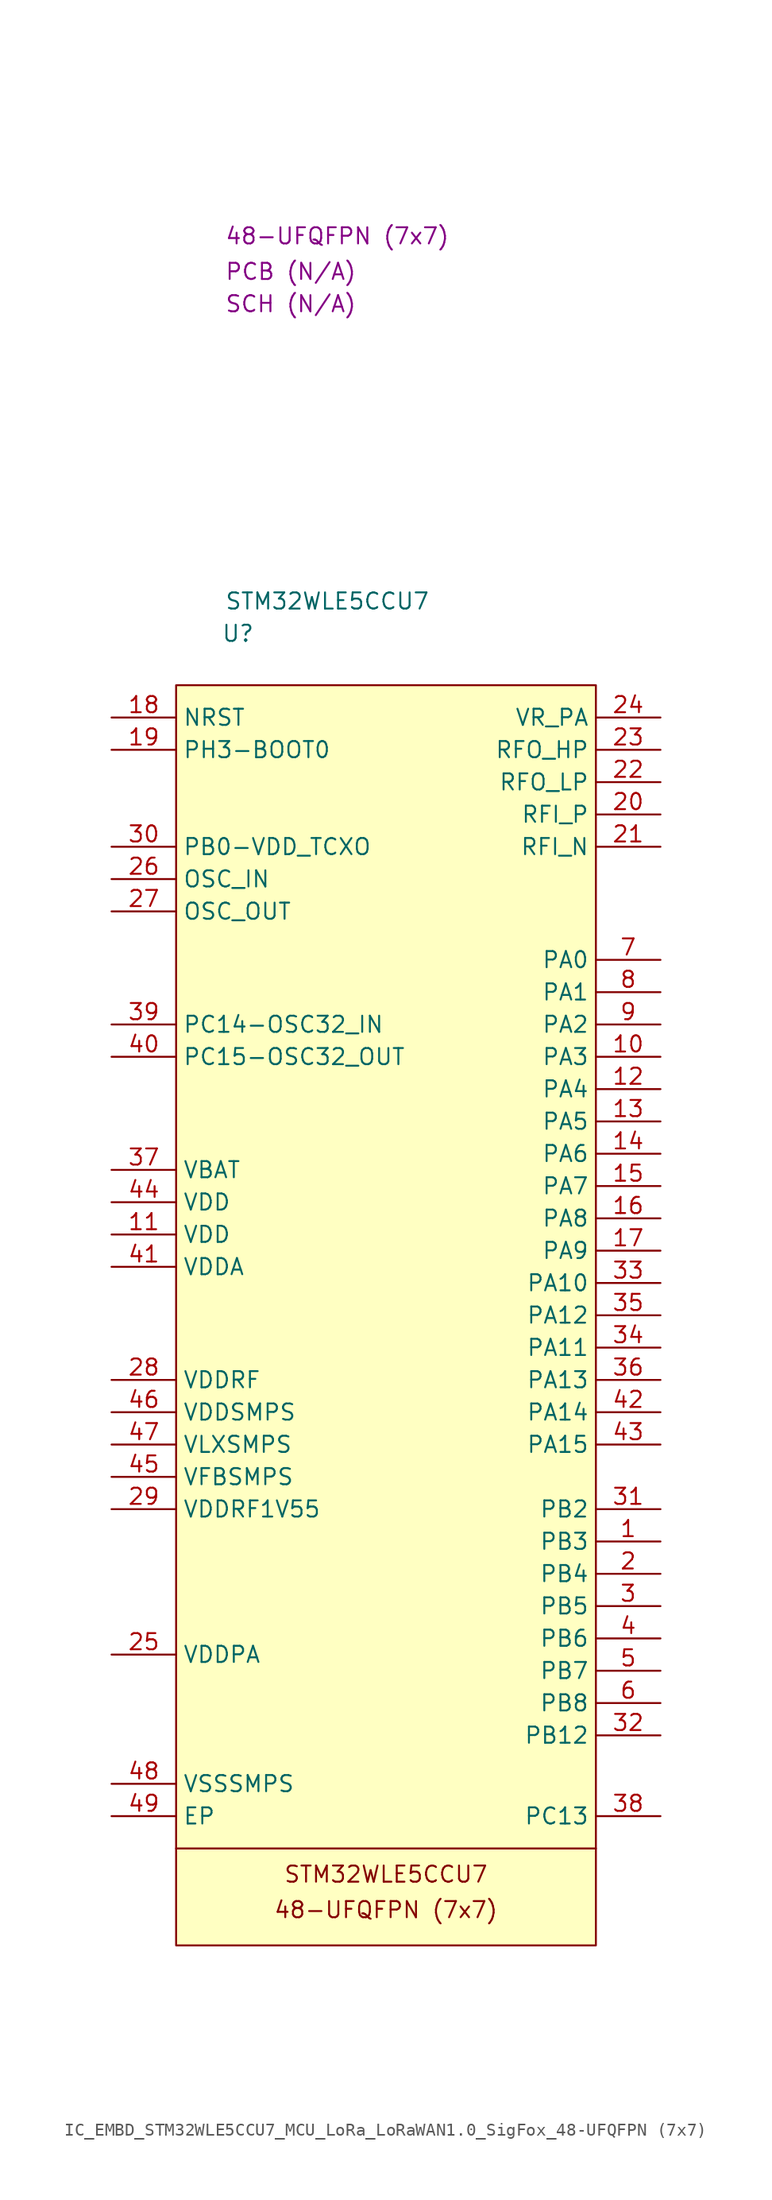
<source format=kicad_sym>
(kicad_symbol_lib
  (version 20231120)
  (generator "kicad_symbol_editor")
  (generator_version "8.0")
  (symbol "IC_EMBD_STM32WLE5CCU7_MCU_LoRa_LoRaWAN1.0_SigFox_48-UFQFPN (7x7)"
    (property "Reference" "U"
      (at 3.556 4.064 0)
      (effects (font (size 1.27 1.27)) (justify left)))
    (property "Value" "STM32WLE5CCU7"
      (at 3.81 6.604 0)
      (effects (font (size 1.27 1.27)) (justify left)))
    (property "Package" "48-UFQFPN (7x7)"
      (at 3.81 35.306 0)
      (effects (font (size 1.27 1.27)) (justify left)))
    (property "SCH CHECK" "SCH (N/A)"
      (at 3.81 29.972 0)
      (effects (font (size 1.27 1.27)) (justify left)))
    (property "PCB CHECK" "PCB (N/A)"
      (at 3.81 32.512 0)
      (effects (font (size 1.27 1.27)) (justify left)))
    (symbol "IC_EMBD_STM32WLE5CCU7_MCU_LoRa_LoRaWAN1.0_SigFox_48-UFQFPN (7x7)_0_1"
      (polyline (pts (xy 0 -91.44) (xy 33.02 -91.44)) (stroke (width 0) (type default)) (fill (type none))))
    (symbol "IC_EMBD_STM32WLE5CCU7_MCU_LoRa_LoRaWAN1.0_SigFox_48-UFQFPN (7x7)_1_0"
      (pin passive line (at 38.1 -67.31 180) (length 5.08) (name "PB3" (effects (font (size 1.27 1.27)))) (number "1" (effects (font (size 1.27 1.27))))))
    (symbol "IC_EMBD_STM32WLE5CCU7_MCU_LoRa_LoRaWAN1.0_SigFox_48-UFQFPN (7x7)_1_1"
      (rectangle (start 0 0) (end 33.02 -99.06) (stroke (width 0) (type default)) (fill (type background)))
      (text "48-UFQFPN (7x7)" (at 16.51 -96.266 0) (effects (font (size 1.27 1.27))))
      (text "STM32WLE5CCU7" (at 16.51 -93.472 0) (effects (font (size 1.27 1.27))))
      (pin passive line (at 38.1 -29.21 180) (length 5.08) (name "PA3" (effects (font (size 1.27 1.27)))) (number "10" (effects (font (size 1.27 1.27)))))
      (pin passive line (at -5.08 -43.18 0) (length 5.08) (name "VDD" (effects (font (size 1.27 1.27)))) (number "11" (effects (font (size 1.27 1.27)))))
      (pin passive line (at 38.1 -31.75 180) (length 5.08) (name "PA4" (effects (font (size 1.27 1.27)))) (number "12" (effects (font (size 1.27 1.27)))))
      (pin passive line (at 38.1 -34.29 180) (length 5.08) (name "PA5" (effects (font (size 1.27 1.27)))) (number "13" (effects (font (size 1.27 1.27)))))
      (pin passive line (at 38.1 -36.83 180) (length 5.08) (name "PA6" (effects (font (size 1.27 1.27)))) (number "14" (effects (font (size 1.27 1.27)))))
      (pin passive line (at 38.1 -39.37 180) (length 5.08) (name "PA7" (effects (font (size 1.27 1.27)))) (number "15" (effects (font (size 1.27 1.27)))))
      (pin passive line (at 38.1 -41.91 180) (length 5.08) (name "PA8" (effects (font (size 1.27 1.27)))) (number "16" (effects (font (size 1.27 1.27)))))
      (pin passive line (at 38.1 -44.45 180) (length 5.08) (name "PA9" (effects (font (size 1.27 1.27)))) (number "17" (effects (font (size 1.27 1.27)))))
      (pin passive line (at -5.08 -2.54 0) (length 5.08) (name "NRST" (effects (font (size 1.27 1.27)))) (number "18" (effects (font (size 1.27 1.27)))))
      (pin passive line (at -5.08 -5.08 0) (length 5.08) (name "PH3-BOOT0" (effects (font (size 1.27 1.27)))) (number "19" (effects (font (size 1.27 1.27)))))
      (pin passive line (at 38.1 -69.85 180) (length 5.08) (name "PB4" (effects (font (size 1.27 1.27)))) (number "2" (effects (font (size 1.27 1.27)))))
      (pin passive line (at 38.1 -10.16 180) (length 5.08) (name "RFI_P" (effects (font (size 1.27 1.27)))) (number "20" (effects (font (size 1.27 1.27)))))
      (pin passive line (at 38.1 -12.7 180) (length 5.08) (name "RFI_N" (effects (font (size 1.27 1.27)))) (number "21" (effects (font (size 1.27 1.27)))))
      (pin passive line (at 38.1 -7.62 180) (length 5.08) (name "RFO_LP" (effects (font (size 1.27 1.27)))) (number "22" (effects (font (size 1.27 1.27)))))
      (pin passive line (at 38.1 -5.08 180) (length 5.08) (name "RFO_HP" (effects (font (size 1.27 1.27)))) (number "23" (effects (font (size 1.27 1.27)))))
      (pin passive line (at 38.1 -2.54 180) (length 5.08) (name "VR_PA" (effects (font (size 1.27 1.27)))) (number "24" (effects (font (size 1.27 1.27)))))
      (pin passive line (at -5.08 -76.2 0) (length 5.08) (name "VDDPA" (effects (font (size 1.27 1.27)))) (number "25" (effects (font (size 1.27 1.27)))))
      (pin passive line (at -5.08 -15.24 0) (length 5.08) (name "OSC_IN" (effects (font (size 1.27 1.27)))) (number "26" (effects (font (size 1.27 1.27)))))
      (pin passive line (at -5.08 -17.78 0) (length 5.08) (name "OSC_OUT" (effects (font (size 1.27 1.27)))) (number "27" (effects (font (size 1.27 1.27)))))
      (pin passive line (at -5.08 -54.61 0) (length 5.08) (name "VDDRF" (effects (font (size 1.27 1.27)))) (number "28" (effects (font (size 1.27 1.27)))))
      (pin passive line (at -5.08 -64.77 0) (length 5.08) (name "VDDRF1V55" (effects (font (size 1.27 1.27)))) (number "29" (effects (font (size 1.27 1.27)))))
      (pin passive line (at 38.1 -72.39 180) (length 5.08) (name "PB5" (effects (font (size 1.27 1.27)))) (number "3" (effects (font (size 1.27 1.27)))))
      (pin passive line (at -5.08 -12.7 0) (length 5.08) (name "PB0-VDD_TCXO" (effects (font (size 1.27 1.27)))) (number "30" (effects (font (size 1.27 1.27)))))
      (pin passive line (at 38.1 -64.77 180) (length 5.08) (name "PB2" (effects (font (size 1.27 1.27)))) (number "31" (effects (font (size 1.27 1.27)))))
      (pin passive line (at 38.1 -82.55 180) (length 5.08) (name "PB12" (effects (font (size 1.27 1.27)))) (number "32" (effects (font (size 1.27 1.27)))))
      (pin passive line (at 38.1 -46.99 180) (length 5.08) (name "PA10" (effects (font (size 1.27 1.27)))) (number "33" (effects (font (size 1.27 1.27)))))
      (pin passive line (at 38.1 -52.07 180) (length 5.08) (name "PA11" (effects (font (size 1.27 1.27)))) (number "34" (effects (font (size 1.27 1.27)))))
      (pin passive line (at 38.1 -49.53 180) (length 5.08) (name "PA12" (effects (font (size 1.27 1.27)))) (number "35" (effects (font (size 1.27 1.27)))))
      (pin passive line (at 38.1 -54.61 180) (length 5.08) (name "PA13" (effects (font (size 1.27 1.27)))) (number "36" (effects (font (size 1.27 1.27)))))
      (pin passive line (at -5.08 -38.1 0) (length 5.08) (name "VBAT" (effects (font (size 1.27 1.27)))) (number "37" (effects (font (size 1.27 1.27)))))
      (pin passive line (at 38.1 -88.9 180) (length 5.08) (name "PC13" (effects (font (size 1.27 1.27)))) (number "38" (effects (font (size 1.27 1.27)))))
      (pin passive line (at -5.08 -26.67 0) (length 5.08) (name "PC14-OSC32_IN" (effects (font (size 1.27 1.27)))) (number "39" (effects (font (size 1.27 1.27)))))
      (pin passive line (at 38.1 -74.93 180) (length 5.08) (name "PB6" (effects (font (size 1.27 1.27)))) (number "4" (effects (font (size 1.27 1.27)))))
      (pin passive line (at -5.08 -29.21 0) (length 5.08) (name "PC15-OSC32_OUT" (effects (font (size 1.27 1.27)))) (number "40" (effects (font (size 1.27 1.27)))))
      (pin passive line (at -5.08 -45.72 0) (length 5.08) (name "VDDA" (effects (font (size 1.27 1.27)))) (number "41" (effects (font (size 1.27 1.27)))))
      (pin passive line (at 38.1 -57.15 180) (length 5.08) (name "PA14" (effects (font (size 1.27 1.27)))) (number "42" (effects (font (size 1.27 1.27)))))
      (pin passive line (at 38.1 -59.69 180) (length 5.08) (name "PA15" (effects (font (size 1.27 1.27)))) (number "43" (effects (font (size 1.27 1.27)))))
      (pin passive line (at -5.08 -40.64 0) (length 5.08) (name "VDD" (effects (font (size 1.27 1.27)))) (number "44" (effects (font (size 1.27 1.27)))))
      (pin passive line (at -5.08 -62.23 0) (length 5.08) (name "VFBSMPS" (effects (font (size 1.27 1.27)))) (number "45" (effects (font (size 1.27 1.27)))))
      (pin passive line (at -5.08 -57.15 0) (length 5.08) (name "VDDSMPS" (effects (font (size 1.27 1.27)))) (number "46" (effects (font (size 1.27 1.27)))))
      (pin passive line (at -5.08 -59.69 0) (length 5.08) (name "VLXSMPS" (effects (font (size 1.27 1.27)))) (number "47" (effects (font (size 1.27 1.27)))))
      (pin passive line (at -5.08 -86.36 0) (length 5.08) (name "VSSSMPS" (effects (font (size 1.27 1.27)))) (number "48" (effects (font (size 1.27 1.27)))))
      (pin passive line (at -5.08 -88.9 0) (length 5.08) (name "EP" (effects (font (size 1.27 1.27)))) (number "49" (effects (font (size 1.27 1.27)))))
      (pin passive line (at 38.1 -77.47 180) (length 5.08) (name "PB7" (effects (font (size 1.27 1.27)))) (number "5" (effects (font (size 1.27 1.27)))))
      (pin passive line (at 38.1 -80.01 180) (length 5.08) (name "PB8" (effects (font (size 1.27 1.27)))) (number "6" (effects (font (size 1.27 1.27)))))
      (pin passive line (at 38.1 -21.59 180) (length 5.08) (name "PA0" (effects (font (size 1.27 1.27)))) (number "7" (effects (font (size 1.27 1.27)))))
      (pin passive line (at 38.1 -24.13 180) (length 5.08) (name "PA1" (effects (font (size 1.27 1.27)))) (number "8" (effects (font (size 1.27 1.27)))))
      (pin passive line (at 38.1 -26.67 180) (length 5.08) (name "PA2" (effects (font (size 1.27 1.27)))) (number "9" (effects (font (size 1.27 1.27))))))))
</source>
